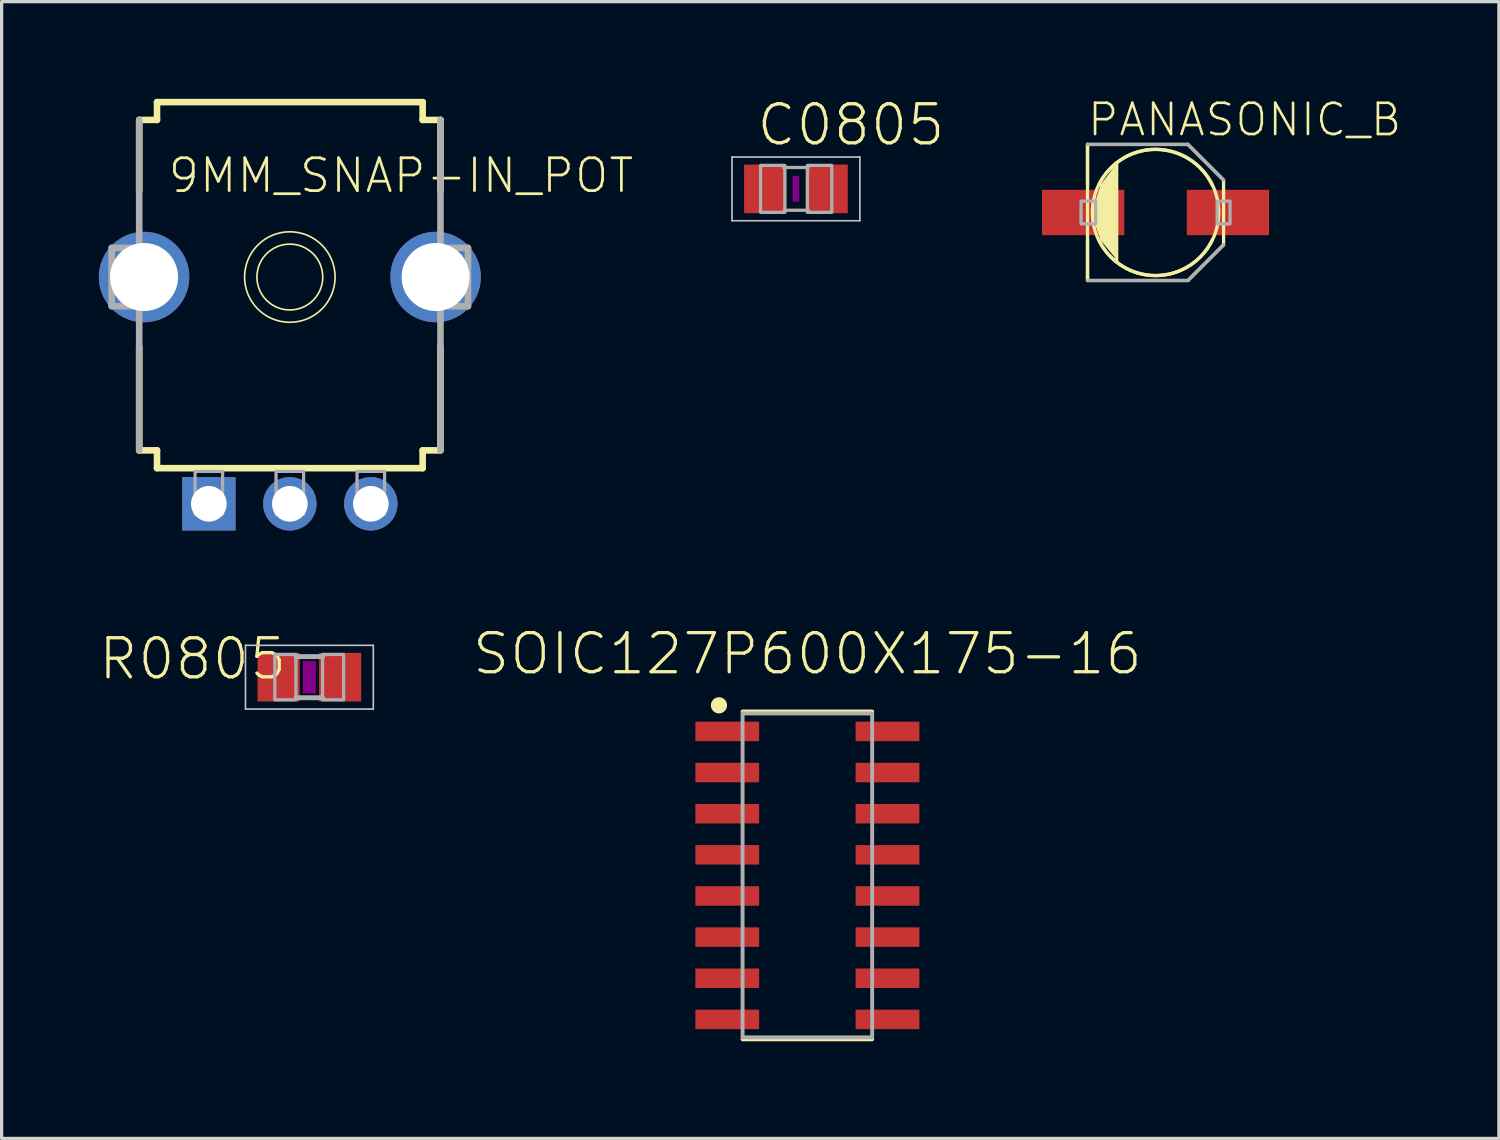
<source format=kicad_pcb>
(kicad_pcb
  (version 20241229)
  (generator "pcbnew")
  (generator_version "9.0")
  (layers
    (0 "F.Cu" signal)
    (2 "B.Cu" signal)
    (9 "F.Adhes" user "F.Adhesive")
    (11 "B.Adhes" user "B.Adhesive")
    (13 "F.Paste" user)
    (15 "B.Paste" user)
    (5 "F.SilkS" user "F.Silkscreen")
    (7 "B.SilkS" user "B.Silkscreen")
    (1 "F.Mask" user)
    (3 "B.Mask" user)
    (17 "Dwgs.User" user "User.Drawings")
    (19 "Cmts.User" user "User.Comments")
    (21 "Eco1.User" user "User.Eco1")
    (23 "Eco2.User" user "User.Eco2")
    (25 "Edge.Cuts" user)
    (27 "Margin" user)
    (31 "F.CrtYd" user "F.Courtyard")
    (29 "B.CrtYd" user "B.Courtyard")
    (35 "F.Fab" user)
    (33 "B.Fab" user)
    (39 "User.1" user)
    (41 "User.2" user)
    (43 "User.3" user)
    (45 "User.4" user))
  (footprint "SOIC127P600X175-16"
    (layer "F.Cu")
    (at 21.873 23.973)
    (property "Reference" "SOIC127P600X175-16" (at 0 -6.135 0) (layer "F.SilkS") (effects (font (size 1.206 1.206) (thickness 0.102)) (justify bottom)))
    (attr through_hole)
    (fp_line (start -2 -5.06) (end 2 -5.06) (stroke (width 0.12) (type solid)) (layer "F.SilkS"))
    (fp_line (start -2 5.06) (end 2 5.06) (stroke (width 0.12) (type solid)) (layer "F.SilkS"))
    (fp_circle (center -2.729 -5.25) (end -2.479 -5.25) (stroke (width 0) (type solid)) (fill yes) (layer "F.SilkS"))
    (fp_line (start -2 -5) (end 2 -5) (stroke (width 0.12) (type solid)) (layer "F.Fab"))
    (fp_line (start -2 5) (end -2 -5) (stroke (width 0.12) (type solid)) (layer "F.Fab"))
    (fp_line (start 2 -5) (end 2 5) (stroke (width 0.12) (type solid)) (layer "F.Fab"))
    (fp_line (start 2 5) (end -2 5) (stroke (width 0.12) (type solid)) (layer "F.Fab"))
    (pad "1" smd rect (at -2.473 -4.445) (size 1.968 0.602) (layers "F.Cu" "F.Mask" "F.Paste"))
    (pad "2" smd rect (at -2.473 -3.175) (size 1.968 0.602) (layers "F.Cu" "F.Mask" "F.Paste"))
    (pad "3" smd rect (at -2.473 -1.905) (size 1.968 0.602) (layers "F.Cu" "F.Mask" "F.Paste"))
    (pad "4" smd rect (at -2.473 -0.635) (size 1.968 0.602) (layers "F.Cu" "F.Mask" "F.Paste"))
    (pad "5" smd rect (at -2.473 0.635) (size 1.968 0.602) (layers "F.Cu" "F.Mask" "F.Paste"))
    (pad "6" smd rect (at -2.473 1.905) (size 1.968 0.602) (layers "F.Cu" "F.Mask" "F.Paste"))
    (pad "7" smd rect (at -2.473 3.175) (size 1.968 0.602) (layers "F.Cu" "F.Mask" "F.Paste"))
    (pad "8" smd rect (at -2.473 4.445) (size 1.968 0.602) (layers "F.Cu" "F.Mask" "F.Paste"))
    (pad "9" smd rect (at 2.473 4.445) (size 1.968 0.602) (layers "F.Cu" "F.Mask" "F.Paste"))
    (pad "10" smd rect (at 2.473 3.175) (size 1.968 0.602) (layers "F.Cu" "F.Mask" "F.Paste"))
    (pad "11" smd rect (at 2.473 1.905) (size 1.968 0.602) (layers "F.Cu" "F.Mask" "F.Paste"))
    (pad "12" smd rect (at 2.473 0.635) (size 1.968 0.602) (layers "F.Cu" "F.Mask" "F.Paste"))
    (pad "13" smd rect (at 2.473 -0.635) (size 1.968 0.602) (layers "F.Cu" "F.Mask" "F.Paste"))
    (pad "14" smd rect (at 2.473 -1.905) (size 1.968 0.602) (layers "F.Cu" "F.Mask" "F.Paste"))
    (pad "15" smd rect (at 2.473 -3.175) (size 1.968 0.602) (layers "F.Cu" "F.Mask" "F.Paste"))
    (pad "16" smd rect (at 2.473 -4.445) (size 1.968 0.602) (layers "F.Cu" "F.Mask" "F.Paste")))
  (footprint "9MM_SNAP-IN_POT"
    (layer "F.Cu")
    (at 5.897 5.502)
    (property "Reference" "9MM_SNAP-IN_POT" (at -3.81 -2.54 0) (layer "F.SilkS") (effects (font (size 1.013 1.013) (thickness 0.085)) (justify left bottom)))
    (attr through_hole)
    (fp_line (start -4.65 -2.65) (end -4.65 -4.85) (stroke (width 0.203) (type solid)) (layer "F.SilkS"))
    (fp_line (start -4.65 5.35) (end -4.65 2.15) (stroke (width 0.203) (type solid)) (layer "F.SilkS"))
    (fp_line (start -4.65 5.35) (end -4.1 5.35) (stroke (width 0.203) (type solid)) (layer "F.SilkS"))
    (fp_line (start -4.1 -5.4) (end -4.1 -4.85) (stroke (width 0.203) (type solid)) (layer "F.SilkS"))
    (fp_line (start -4.1 -5.4) (end 4.1 -5.4) (stroke (width 0.203) (type solid)) (layer "F.SilkS"))
    (fp_line (start -4.1 -4.85) (end -4.65 -4.85) (stroke (width 0.203) (type solid)) (layer "F.SilkS"))
    (fp_line (start -4.1 5.35) (end -4.1 5.9) (stroke (width 0.203) (type solid)) (layer "F.SilkS"))
    (fp_line (start 4.1 -4.85) (end 4.1 -5.4) (stroke (width 0.203) (type solid)) (layer "F.SilkS"))
    (fp_line (start 4.1 5.35) (end 4.65 5.35) (stroke (width 0.203) (type solid)) (layer "F.SilkS"))
    (fp_line (start 4.1 5.9) (end -4.1 5.9) (stroke (width 0.203) (type solid)) (layer "F.SilkS"))
    (fp_line (start 4.1 5.9) (end 4.1 5.35) (stroke (width 0.203) (type solid)) (layer "F.SilkS"))
    (fp_line (start 4.65 -4.85) (end 4.1 -4.85) (stroke (width 0.203) (type solid)) (layer "F.SilkS"))
    (fp_line (start 4.65 -4.85) (end 4.65 -2.65) (stroke (width 0.203) (type solid)) (layer "F.SilkS"))
    (fp_line (start 4.65 2.15) (end 4.65 5.35) (stroke (width 0.203) (type solid)) (layer "F.SilkS"))
    (fp_circle (center 0 0) (end 1.016 0) (stroke (width 0.051) (type solid)) (fill no) (layer "F.SilkS"))
    (fp_circle (center 0 0) (end 1.397 0) (stroke (width 0.051) (type solid)) (fill no) (layer "F.SilkS"))
    (fp_line (start -5.5 -0.9) (end -5.5 0.9) (stroke (width 0.203) (type solid)) (layer "F.Fab"))
    (fp_line (start -5.5 0.9) (end -4.75 0.9) (stroke (width 0.203) (type solid)) (layer "F.Fab"))
    (fp_line (start -4.75 -0.9) (end -5.5 -0.9) (stroke (width 0.203) (type solid)) (layer "F.Fab"))
    (fp_line (start -4.65 5.35) (end -4.65 -4.85) (stroke (width 0.203) (type solid)) (layer "F.Fab"))
    (fp_line (start 4.65 -4.85) (end 4.65 5.35) (stroke (width 0.203) (type solid)) (layer "F.Fab"))
    (fp_line (start 4.75 0.9) (end 5.5 0.9) (stroke (width 0.203) (type solid)) (layer "F.Fab"))
    (fp_line (start 5.5 -0.9) (end 4.75 -0.9) (stroke (width 0.203) (type solid)) (layer "F.Fab"))
    (fp_line (start 5.5 0.9) (end 5.5 -0.9) (stroke (width 0.203) (type solid)) (layer "F.Fab"))
    (fp_poly (pts (xy -2.925 7.325) (xy -2.075 7.325) (xy -2.075 6) (xy -2.925 6)) (stroke (width 0.1) (type solid)) (fill no) (layer "F.Fab"))
    (fp_poly (pts (xy -0.425 7.325) (xy 0.425 7.325) (xy 0.425 6) (xy -0.425 6)) (stroke (width 0.1) (type solid)) (fill no) (layer "F.Fab"))
    (fp_poly (pts (xy 2.075 7.325) (xy 2.925 7.325) (xy 2.925 6) (xy 2.075 6)) (stroke (width 0.1) (type solid)) (fill no) (layer "F.Fab"))
    (pad "1" thru_hole rect (at -2.5 7 270) (size 1.65 1.65) (drill 1.1) (layers "*.Cu" "*.Mask"))
    (pad "2" thru_hole circle (at 0 7 270) (size 1.65 1.65) (drill 1.1) (layers "*.Cu" "*.Mask"))
    (pad "3" thru_hole circle (at 2.5 7 270) (size 1.65 1.65) (drill 1.1) (layers "*.Cu" "*.Mask"))
    (pad "CHASSIS1" thru_hole circle (at -4.5 0 270) (size 2.794 2.794) (drill 2.1) (layers "*.Cu" "*.Mask"))
    (pad "CHASSIS2" thru_hole circle (at 4.5 0 270) (size 2.794 2.794) (drill 2.1) (layers "*.Cu" "*.Mask")))
  (footprint "PANASONIC_B"
    (layer "F.Cu")
    (at 32.621 3.509)
    (property "Reference" "PANASONIC_B" (at -2.15 -2.3 0) (layer "F.SilkS") (effects (font (size 0.965 0.965) (thickness 0.081)) (justify left bottom)))
    (attr through_hole)
    (fp_line (start -2.1 -2.1) (end 1 -2.1) (stroke (width 0.102) (type solid)) (layer "F.SilkS"))
    (fp_line (start -2.1 -0.85) (end -2.1 -2.1) (stroke (width 0.102) (type solid)) (layer "F.SilkS"))
    (fp_line (start -2.1 2.1) (end -2.1 -2.1) (stroke (width 0.102) (type solid)) (layer "F.SilkS"))
    (fp_line (start -2.1 2.1) (end -2.1 0.85) (stroke (width 0.102) (type solid)) (layer "F.SilkS"))
    (fp_line (start -1.2 -1.5) (end -1.2 1.5) (stroke (width 0.102) (type solid)) (layer "F.SilkS"))
    (fp_line (start 1 -2.1) (end 2.1 -1) (stroke (width 0.102) (type solid)) (layer "F.SilkS"))
    (fp_line (start 1 2.1) (end -2.1 2.1) (stroke (width 0.102) (type solid)) (layer "F.SilkS"))
    (fp_line (start 2.1 -1) (end 2.1 1) (stroke (width 0.102) (type solid)) (layer "F.SilkS"))
    (fp_line (start 2.1 1) (end 1 2.1) (stroke (width 0.102) (type solid)) (layer "F.SilkS"))
    (fp_arc (start -1.75 -0.85) (mid 0 -1.945508) (end 1.75 -0.85) (stroke (width 0.1016) (type solid)) (layer "F.SilkS"))
    (fp_arc (start 1.75 0.85) (mid 0 1.945508) (end -1.75 0.85) (stroke (width 0.1016) (type solid)) (layer "F.SilkS"))
    (fp_circle (center 0 0) (end 1.95 0) (stroke (width 0.102) (type solid)) (fill no) (layer "F.SilkS"))
    (fp_poly (pts (xy -1.25 -1.45) (xy -1.7 -0.85) (xy -1.85 -0.35) (xy -1.85 0.4) (xy -1.7 0.85) (xy -1.25 1.4) (xy -1.25 -1.4)) (stroke (width 0) (type solid)) (fill yes) (layer "F.SilkS"))
    (fp_line (start -2.1 -2.1) (end 1 -2.1) (stroke (width 0.102) (type solid)) (layer "F.Fab"))
    (fp_line (start 1 -2.1) (end 2.1 -1) (stroke (width 0.102) (type solid)) (layer "F.Fab"))
    (fp_line (start 1 2.1) (end -2.1 2.1) (stroke (width 0.102) (type solid)) (layer "F.Fab"))
    (fp_line (start 2.1 1) (end 1 2.1) (stroke (width 0.102) (type solid)) (layer "F.Fab"))
    (fp_poly (pts (xy -2.3 0.35) (xy -1.85 0.35) (xy -1.85 -0.35) (xy -2.3 -0.35)) (stroke (width 0.1) (type solid)) (fill no) (layer "F.Fab"))
    (fp_poly (pts (xy 1.9 0.35) (xy 2.3 0.35) (xy 2.3 -0.35) (xy 1.9 -0.35)) (stroke (width 0.1) (type solid)) (fill no) (layer "F.Fab"))
    (pad "+" smd rect (at 2.235 0) (size 2.54 1.4) (layers "F.Cu" "F.Mask" "F.Paste"))
    (pad "-" smd rect (at -2.235 0) (size 2.54 1.4) (layers "F.Cu" "F.Mask" "F.Paste")))
  (footprint "R0805"
    (layer "F.Cu")
    (at 6.501 17.854)
    (property "Reference" "R0805" (at -0.635 -1.27 0) (layer "F.SilkS") (effects (font (size 1.206 1.206) (thickness 0.102)) (justify right top)))
    (attr through_hole)
    (fp_poly (pts (xy -0.2 0.5) (xy 0.2 0.5) (xy 0.2 -0.5) (xy -0.2 -0.5)) (stroke (width 0) (type solid)) (fill yes) (layer "F.Adhes"))
    (fp_line (start -1.973 -0.983) (end 1.973 -0.983) (stroke (width 0.051) (type solid)) (layer "Dwgs.User"))
    (fp_line (start -1.973 0.983) (end -1.973 -0.983) (stroke (width 0.051) (type solid)) (layer "Dwgs.User"))
    (fp_line (start 1.973 -0.983) (end 1.973 0.983) (stroke (width 0.051) (type solid)) (layer "Dwgs.User"))
    (fp_line (start 1.973 0.983) (end -1.973 0.983) (stroke (width 0.051) (type solid)) (layer "Dwgs.User"))
    (fp_line (start -0.41 -0.635) (end 0.41 -0.635) (stroke (width 0.152) (type solid)) (layer "F.Fab"))
    (fp_line (start -0.41 0.635) (end 0.41 0.635) (stroke (width 0.152) (type solid)) (layer "F.Fab"))
    (fp_poly (pts (xy -1.067 0.699) (xy -0.417 0.699) (xy -0.417 -0.702) (xy -1.067 -0.702)) (stroke (width 0.1) (type solid)) (fill no) (layer "F.Fab"))
    (fp_poly (pts (xy 0.406 0.699) (xy 1.056 0.699) (xy 1.056 -0.702) (xy 0.406 -0.702)) (stroke (width 0.1) (type solid)) (fill no) (layer "F.Fab"))
    (pad "1" smd rect (at -0.95 0) (size 1.3 1.5) (layers "F.Cu" "F.Mask" "F.Paste"))
    (pad "2" smd rect (at 0.95 0) (size 1.3 1.5) (layers "F.Cu" "F.Mask" "F.Paste")))
  (footprint "C0805"
    (layer "F.Cu")
    (at 21.52 2.781)
    (property "Reference" "C0805" (at -1.27 -1.27 0) (layer "F.SilkS") (effects (font (size 1.206 1.206) (thickness 0.102)) (justify left bottom)))
    (attr through_hole)
    (fp_poly (pts (xy -0.1 0.4) (xy 0.1 0.4) (xy 0.1 -0.4) (xy -0.1 -0.4)) (stroke (width 0) (type solid)) (fill yes) (layer "F.Adhes"))
    (fp_line (start -1.973 -0.983) (end 1.973 -0.983) (stroke (width 0.051) (type solid)) (layer "Dwgs.User"))
    (fp_line (start -1.973 0.983) (end -1.973 -0.983) (stroke (width 0.051) (type solid)) (layer "Dwgs.User"))
    (fp_line (start 1.973 -0.983) (end 1.973 0.983) (stroke (width 0.051) (type solid)) (layer "Dwgs.User"))
    (fp_line (start 1.973 0.983) (end -1.973 0.983) (stroke (width 0.051) (type solid)) (layer "Dwgs.User"))
    (fp_line (start -0.381 -0.66) (end 0.381 -0.66) (stroke (width 0.102) (type solid)) (layer "F.Fab"))
    (fp_line (start -0.356 0.66) (end 0.381 0.66) (stroke (width 0.102) (type solid)) (layer "F.Fab"))
    (fp_poly (pts (xy -1.092 0.724) (xy -0.342 0.724) (xy -0.342 -0.726) (xy -1.092 -0.726)) (stroke (width 0.1) (type solid)) (fill no) (layer "F.Fab"))
    (fp_poly (pts (xy 0.356 0.724) (xy 1.106 0.724) (xy 1.106 -0.726) (xy 0.356 -0.726)) (stroke (width 0.1) (type solid)) (fill no) (layer "F.Fab"))
    (pad "1" smd rect (at -0.95 0) (size 1.3 1.5) (layers "F.Cu" "F.Mask" "F.Paste"))
    (pad "2" smd rect (at 0.95 0) (size 1.3 1.5) (layers "F.Cu" "F.Mask" "F.Paste")))
  (gr_rect
    (start -3 -3)
    (end 43.22 32.093)
    (stroke (width 0.1) (type default))
    (fill no)
    (layer "Edge.Cuts")))
</source>
